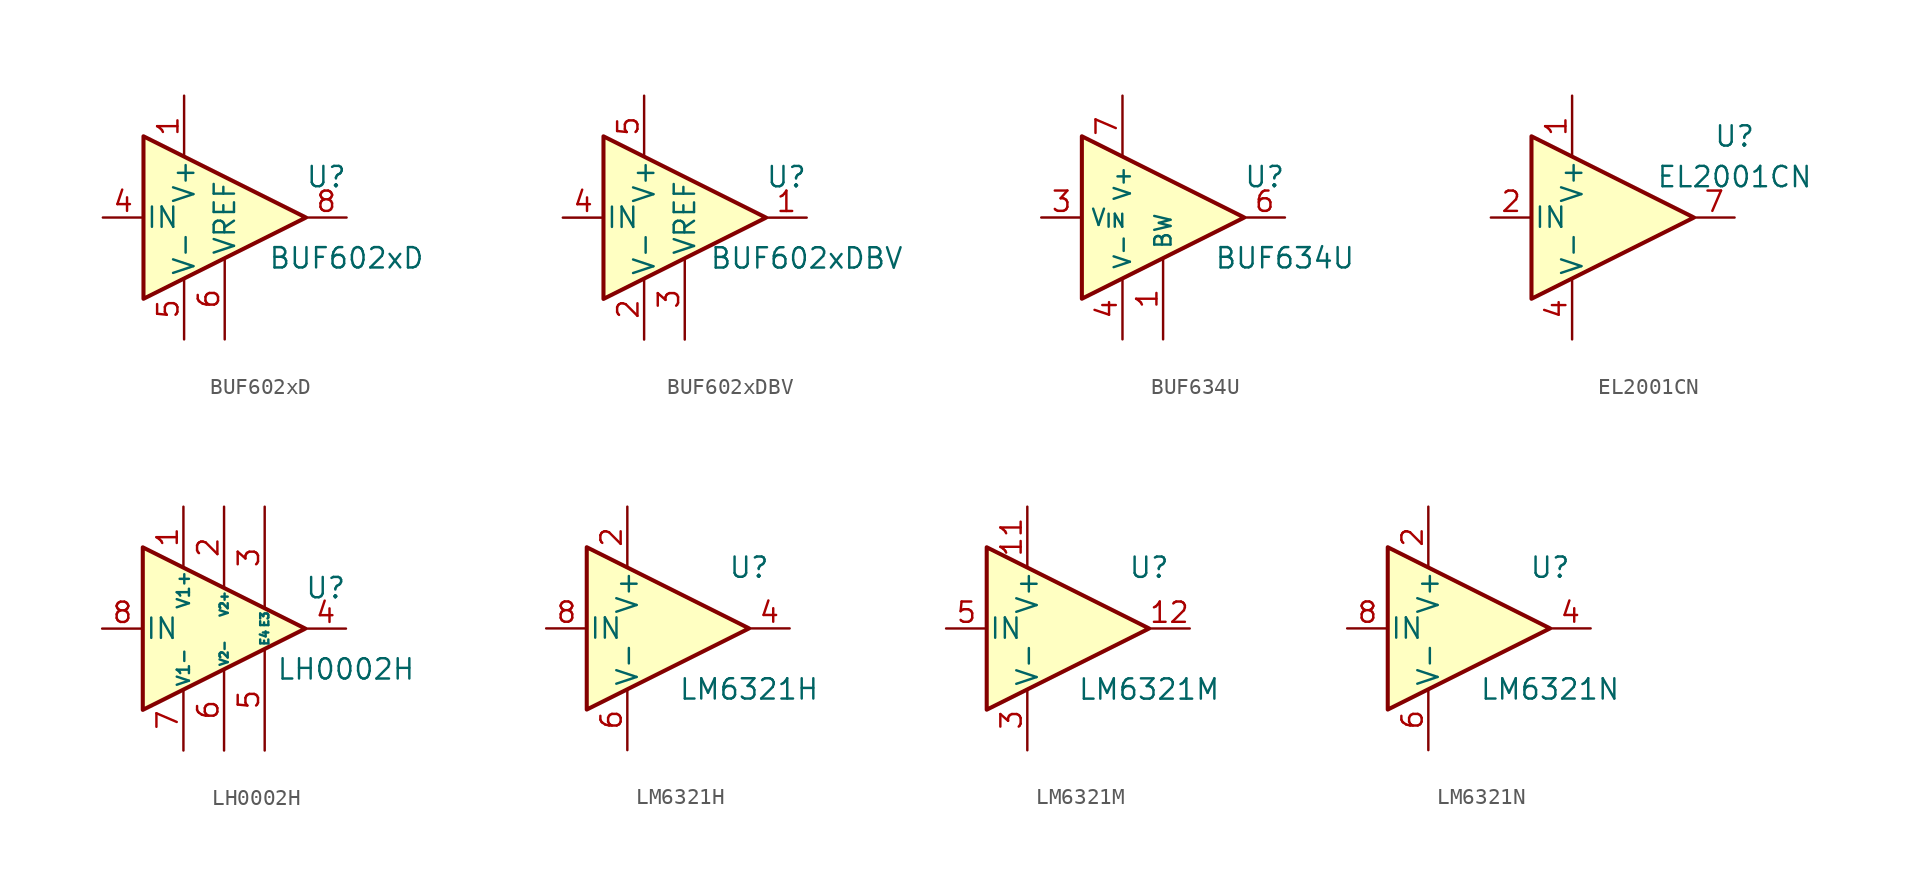
<source format=kicad_sym>
(kicad_symbol_lib
  (version 20241209)
  (generator "kicad_symbol_editor")
  (generator_version "9.0")
  (symbol "BUF602xD"
    (pin_names
      (offset 0.127))
    (property "Reference" "U"
      (at 6.35 2.54 0)
      (effects (font (size 1.27 1.27))))
    (property "Value" "BUF602xD"
      (at 7.62 -2.54 0)
      (effects (font (size 1.27 1.27))))
    (symbol "BUF602xD_0_1"
      (polyline (pts (xy 5.08 0) (xy -5.08 5.08) (xy -5.08 -5.08) (xy 5.08 0)) (stroke (width 0.254) (type default)) (fill (type background))))
    (symbol "BUF602xD_1_1"
      (pin input line (at -7.62 0 0) (length 2.54) (name "IN" (effects (font (size 1.27 1.27)))) (number "4" (effects (font (size 1.27 1.27)))))
      (pin no_connect line (at -5.08 5.08 0) (length 2.54) (hide yes) (name "NC" (effects (font (size 1.27 1.27)))) (number "2" (effects (font (size 1.27 1.27)))))
      (pin no_connect line (at -5.08 2.54 0) (length 2.54) (hide yes) (name "NC" (effects (font (size 1.27 1.27)))) (number "3" (effects (font (size 1.27 1.27)))))
      (pin no_connect line (at -5.08 -2.54 0) (length 2.54) (hide yes) (name "NC" (effects (font (size 1.27 1.27)))) (number "7" (effects (font (size 1.27 1.27)))))
      (pin power_in line (at -2.54 7.62 270) (length 3.81) (name "V+" (effects (font (size 1.27 1.27)))) (number "1" (effects (font (size 1.27 1.27)))))
      (pin power_in line (at -2.54 -7.62 90) (length 3.81) (name "V-" (effects (font (size 1.27 1.27)))) (number "5" (effects (font (size 1.27 1.27)))))
      (pin output line (at 0 -7.62 90) (length 5.08) (name "VREF" (effects (font (size 1.27 1.27)))) (number "6" (effects (font (size 1.27 1.27)))))
      (pin output line (at 7.62 0 180) (length 2.54) (name "~" (effects (font (size 1.27 1.27)))) (number "8" (effects (font (size 1.27 1.27)))))))
  (symbol "BUF602xDBV"
    (pin_names
      (offset 0.127))
    (property "Reference" "U"
      (at 6.35 2.54 0)
      (effects (font (size 1.27 1.27))))
    (property "Value" "BUF602xDBV"
      (at 7.62 -2.54 0)
      (effects (font (size 1.27 1.27))))
    (symbol "BUF602xDBV_0_1"
      (polyline (pts (xy 5.08 0) (xy -5.08 5.08) (xy -5.08 -5.08) (xy 5.08 0)) (stroke (width 0.254) (type default)) (fill (type background))))
    (symbol "BUF602xDBV_1_1"
      (pin input line (at -7.62 0 0) (length 2.54) (name "IN" (effects (font (size 1.27 1.27)))) (number "4" (effects (font (size 1.27 1.27)))))
      (pin power_in line (at -2.54 7.62 270) (length 3.81) (name "V+" (effects (font (size 1.27 1.27)))) (number "5" (effects (font (size 1.27 1.27)))))
      (pin power_in line (at -2.54 -7.62 90) (length 3.81) (name "V-" (effects (font (size 1.27 1.27)))) (number "2" (effects (font (size 1.27 1.27)))))
      (pin output line (at 0 -7.62 90) (length 5.08) (name "VREF" (effects (font (size 1.27 1.27)))) (number "3" (effects (font (size 1.27 1.27)))))
      (pin output line (at 7.62 0 180) (length 2.54) (name "~" (effects (font (size 1.27 1.27)))) (number "1" (effects (font (size 1.27 1.27)))))))
  (symbol "BUF634U"
    (property "Reference" "U"
      (at 6.35 2.54 0)
      (effects (font (size 1.27 1.27))))
    (property "Value" "BUF634U"
      (at 7.62 -2.54 0)
      (effects (font (size 1.27 1.27))))
    (symbol "BUF634U_0_1"
      (polyline (pts (xy 5.08 0) (xy -5.08 5.08) (xy -5.08 -5.08) (xy 5.08 0)) (stroke (width 0.254) (type default)) (fill (type background))))
    (symbol "BUF634U_1_1"
      (pin input line (at -7.62 0 0) (length 2.54) (name "V_{IN}" (effects (font (size 1.016 1.016)))) (number "3" (effects (font (size 1.27 1.27)))))
      (pin no_connect line (at -5.08 5.08 0) (length 2.54) (hide yes) (name "NC" (effects (font (size 1.27 1.27)))) (number "2" (effects (font (size 1.27 1.27)))))
      (pin no_connect line (at -5.08 2.54 0) (length 2.54) (hide yes) (name "NC" (effects (font (size 1.27 1.27)))) (number "5" (effects (font (size 1.27 1.27)))))
      (pin no_connect line (at -5.08 -2.54 0) (length 2.54) (hide yes) (name "NC" (effects (font (size 1.27 1.27)))) (number "8" (effects (font (size 1.27 1.27)))))
      (pin power_in line (at -2.54 7.62 270) (length 3.81) (name "V+" (effects (font (size 1.016 1.016)))) (number "7" (effects (font (size 1.27 1.27)))))
      (pin power_in line (at -2.54 -7.62 90) (length 3.81) (name "V-" (effects (font (size 1.016 1.016)))) (number "4" (effects (font (size 1.27 1.27)))))
      (pin input line (at 0 -7.62 90) (length 5.08) (name "BW" (effects (font (size 1.016 1.016)))) (number "1" (effects (font (size 1.27 1.27)))))
      (pin output line (at 7.62 0 180) (length 2.54) (name "~" (effects (font (size 1.27 1.27)))) (number "6" (effects (font (size 1.27 1.27)))))))
  (symbol "EL2001CN"
    (pin_names
      (offset 0.127))
    (property "Reference" "U"
      (at 7.62 5.08 0)
      (effects (font (size 1.27 1.27))))
    (property "Value" "EL2001CN"
      (at 7.62 2.54 0)
      (effects (font (size 1.27 1.27))))
    (symbol "EL2001CN_0_1"
      (polyline (pts (xy 5.08 0) (xy -5.08 5.08) (xy -5.08 -5.08) (xy 5.08 0)) (stroke (width 0.254) (type default)) (fill (type background))))
    (symbol "EL2001CN_1_1"
      (pin input line (at -7.62 0 0) (length 2.54) (name "IN" (effects (font (size 1.27 1.27)))) (number "2" (effects (font (size 1.27 1.27)))))
      (pin no_connect line (at -5.08 5.08 0) (length 2.54) (hide yes) (name "NC" (effects (font (size 1.27 1.27)))) (number "8" (effects (font (size 1.27 1.27)))))
      (pin no_connect line (at -5.08 2.54 0) (length 2.54) (hide yes) (name "NC" (effects (font (size 1.27 1.27)))) (number "3" (effects (font (size 1.27 1.27)))))
      (pin no_connect line (at -5.08 -2.54 0) (length 2.54) (hide yes) (name "NC" (effects (font (size 1.27 1.27)))) (number "5" (effects (font (size 1.27 1.27)))))
      (pin no_connect line (at -5.08 -5.08 0) (length 2.54) (hide yes) (name "NC" (effects (font (size 1.27 1.27)))) (number "6" (effects (font (size 1.27 1.27)))))
      (pin power_in line (at -2.54 7.62 270) (length 3.81) (name "V+" (effects (font (size 1.27 1.27)))) (number "1" (effects (font (size 1.27 1.27)))))
      (pin power_in line (at -2.54 -7.62 90) (length 3.81) (name "V-" (effects (font (size 1.27 1.27)))) (number "4" (effects (font (size 1.27 1.27)))))
      (pin output line (at 7.62 0 180) (length 2.54) (name "~" (effects (font (size 1.27 1.27)))) (number "7" (effects (font (size 1.27 1.27)))))))
  (symbol "LH0002H"
    (pin_names
      (offset 0.127))
    (property "Reference" "U"
      (at 6.35 2.54 0)
      (effects (font (size 1.27 1.27))))
    (property "Value" "LH0002H"
      (at 7.62 -2.54 0)
      (effects (font (size 1.27 1.27))))
    (symbol "LH0002H_0_1"
      (polyline (pts (xy 5.08 0) (xy -5.08 5.08) (xy -5.08 -5.08) (xy 5.08 0)) (stroke (width 0.254) (type default)) (fill (type background))))
    (symbol "LH0002H_1_1"
      (pin input line (at -7.62 0 0) (length 2.54) (name "IN" (effects (font (size 1.27 1.27)))) (number "8" (effects (font (size 1.27 1.27)))))
      (pin power_in line (at -2.54 7.62 270) (length 3.81) (name "V1+" (effects (font (size 0.762 0.762)))) (number "1" (effects (font (size 1.27 1.27)))))
      (pin power_in line (at -2.54 -7.62 90) (length 3.81) (name "V1-" (effects (font (size 0.762 0.762)))) (number "7" (effects (font (size 1.27 1.27)))))
      (pin power_in line (at 0 7.62 270) (length 5.08) (name "V2+" (effects (font (size 0.508 0.508)))) (number "2" (effects (font (size 1.27 1.27)))))
      (pin power_in line (at 0 -7.62 90) (length 5.08) (name "V2-" (effects (font (size 0.508 0.508)))) (number "6" (effects (font (size 1.27 1.27)))))
      (pin passive line (at 2.54 7.62 270) (length 6.35) (name "E3" (effects (font (size 0.508 0.508)))) (number "3" (effects (font (size 1.27 1.27)))))
      (pin passive line (at 2.54 -7.62 90) (length 6.35) (name "E4" (effects (font (size 0.508 0.508)))) (number "5" (effects (font (size 1.27 1.27)))))
      (pin output line (at 7.62 0 180) (length 2.54) (name "~" (effects (font (size 1.27 1.27)))) (number "4" (effects (font (size 1.27 1.27)))))))
  (symbol "LM6321H"
    (pin_names
      (offset 0.127))
    (property "Reference" "U"
      (at 5.08 3.81 0)
      (effects (font (size 1.27 1.27))))
    (property "Value" "LM6321H"
      (at 5.08 -3.81 0)
      (effects (font (size 1.27 1.27))))
    (symbol "LM6321H_0_1"
      (polyline (pts (xy 5.08 0) (xy -5.08 5.08) (xy -5.08 -5.08) (xy 5.08 0)) (stroke (width 0.254) (type default)) (fill (type background))))
    (symbol "LM6321H_1_1"
      (pin input line (at -7.62 0 0) (length 2.54) (name "IN" (effects (font (size 1.27 1.27)))) (number "8" (effects (font (size 1.27 1.27)))))
      (pin power_in line (at -2.54 7.62 270) (length 3.81) (name "V+" (effects (font (size 1.27 1.27)))) (number "2" (effects (font (size 1.27 1.27)))))
      (pin no_connect line (at -2.54 2.54 270) (length 2.54) (hide yes) (name "NC" (effects (font (size 1.27 1.27)))) (number "1" (effects (font (size 1.27 1.27)))))
      (pin no_connect line (at -2.54 -2.54 90) (length 2.54) (hide yes) (name "NC" (effects (font (size 1.27 1.27)))) (number "7" (effects (font (size 1.27 1.27)))))
      (pin power_in line (at -2.54 -7.62 90) (length 3.81) (name "V-" (effects (font (size 1.27 1.27)))) (number "6" (effects (font (size 1.27 1.27)))))
      (pin no_connect line (at 0 2.54 270) (length 2.54) (hide yes) (name "NC" (effects (font (size 1.27 1.27)))) (number "3" (effects (font (size 1.27 1.27)))))
      (pin no_connect line (at 0 -2.54 90) (length 2.54) (hide yes) (name "NC" (effects (font (size 1.27 1.27)))) (number "5" (effects (font (size 1.27 1.27)))))
      (pin output line (at 7.62 0 180) (length 2.54) (name "~" (effects (font (size 1.27 1.27)))) (number "4" (effects (font (size 1.27 1.27)))))))
  (symbol "LM6321M"
    (pin_names
      (offset 0.127))
    (property "Reference" "U"
      (at 5.08 3.81 0)
      (effects (font (size 1.27 1.27))))
    (property "Value" "LM6321M"
      (at 5.08 -3.81 0)
      (effects (font (size 1.27 1.27))))
    (symbol "LM6321M_0_1"
      (polyline (pts (xy 5.08 0) (xy -5.08 5.08) (xy -5.08 -5.08) (xy 5.08 0)) (stroke (width 0.254) (type default)) (fill (type background))))
    (symbol "LM6321M_1_1"
      (pin input line (at -7.62 0 0) (length 2.54) (name "IN" (effects (font (size 1.27 1.27)))) (number "5" (effects (font (size 1.27 1.27)))))
      (pin power_in line (at -2.54 7.62 270) (length 3.81) (name "V+" (effects (font (size 1.27 1.27)))) (number "11" (effects (font (size 1.27 1.27)))))
      (pin passive line (at -2.54 -7.62 90) (length 3.81) (hide yes) (name "V-" (effects (font (size 1.27 1.27)))) (number "1" (effects (font (size 1.27 1.27)))))
      (pin passive line (at -2.54 -7.62 90) (length 3.81) (hide yes) (name "V-" (effects (font (size 1.27 1.27)))) (number "13" (effects (font (size 1.27 1.27)))))
      (pin passive line (at -2.54 -7.62 90) (length 3.81) (hide yes) (name "V-" (effects (font (size 1.27 1.27)))) (number "14" (effects (font (size 1.27 1.27)))))
      (pin passive line (at -2.54 -7.62 90) (length 3.81) (hide yes) (name "V-" (effects (font (size 1.27 1.27)))) (number "2" (effects (font (size 1.27 1.27)))))
      (pin power_in line (at -2.54 -7.62 90) (length 3.81) (name "V-" (effects (font (size 1.27 1.27)))) (number "3" (effects (font (size 1.27 1.27)))))
      (pin passive line (at -2.54 -7.62 90) (length 3.81) (hide yes) (name "V-" (effects (font (size 1.27 1.27)))) (number "6" (effects (font (size 1.27 1.27)))))
      (pin passive line (at -2.54 -7.62 90) (length 3.81) (hide yes) (name "V-" (effects (font (size 1.27 1.27)))) (number "7" (effects (font (size 1.27 1.27)))))
      (pin passive line (at -2.54 -7.62 90) (length 3.81) (hide yes) (name "V-" (effects (font (size 1.27 1.27)))) (number "8" (effects (font (size 1.27 1.27)))))
      (pin passive line (at -2.54 -7.62 90) (length 3.81) (hide yes) (name "V-" (effects (font (size 1.27 1.27)))) (number "9" (effects (font (size 1.27 1.27)))))
      (pin no_connect line (at 0 2.54 270) (length 2.54) (hide yes) (name "NC" (effects (font (size 1.27 1.27)))) (number "4" (effects (font (size 1.27 1.27)))))
      (pin no_connect line (at 0 -2.54 90) (length 2.54) (hide yes) (name "NC" (effects (font (size 1.27 1.27)))) (number "10" (effects (font (size 1.27 1.27)))))
      (pin output line (at 7.62 0 180) (length 2.54) (name "~" (effects (font (size 1.27 1.27)))) (number "12" (effects (font (size 1.27 1.27)))))))
  (symbol "LM6321N"
    (pin_names
      (offset 0.127))
    (property "Reference" "U"
      (at 5.08 3.81 0)
      (effects (font (size 1.27 1.27))))
    (property "Value" "LM6321N"
      (at 5.08 -3.81 0)
      (effects (font (size 1.27 1.27))))
    (symbol "LM6321N_0_1"
      (polyline (pts (xy 5.08 0) (xy -5.08 5.08) (xy -5.08 -5.08) (xy 5.08 0)) (stroke (width 0.254) (type default)) (fill (type background))))
    (symbol "LM6321N_1_1"
      (pin input line (at -7.62 0 0) (length 2.54) (name "IN" (effects (font (size 1.27 1.27)))) (number "8" (effects (font (size 1.27 1.27)))))
      (pin power_in line (at -2.54 7.62 270) (length 3.81) (name "V+" (effects (font (size 1.27 1.27)))) (number "2" (effects (font (size 1.27 1.27)))))
      (pin no_connect line (at -2.54 2.54 270) (length 2.54) (hide yes) (name "NC" (effects (font (size 1.27 1.27)))) (number "5" (effects (font (size 1.27 1.27)))))
      (pin no_connect line (at -2.54 -2.54 90) (length 2.54) (hide yes) (name "NC" (effects (font (size 1.27 1.27)))) (number "1" (effects (font (size 1.27 1.27)))))
      (pin power_in line (at -2.54 -7.62 90) (length 3.81) (name "V-" (effects (font (size 1.27 1.27)))) (number "6" (effects (font (size 1.27 1.27)))))
      (pin no_connect line (at 0 2.54 270) (length 2.54) (hide yes) (name "NC" (effects (font (size 1.27 1.27)))) (number "7" (effects (font (size 1.27 1.27)))))
      (pin no_connect line (at 0 -2.54 90) (length 2.54) (hide yes) (name "NC" (effects (font (size 1.27 1.27)))) (number "3" (effects (font (size 1.27 1.27)))))
      (pin output line (at 7.62 0 180) (length 2.54) (name "~" (effects (font (size 1.27 1.27)))) (number "4" (effects (font (size 1.27 1.27))))))))
</source>
